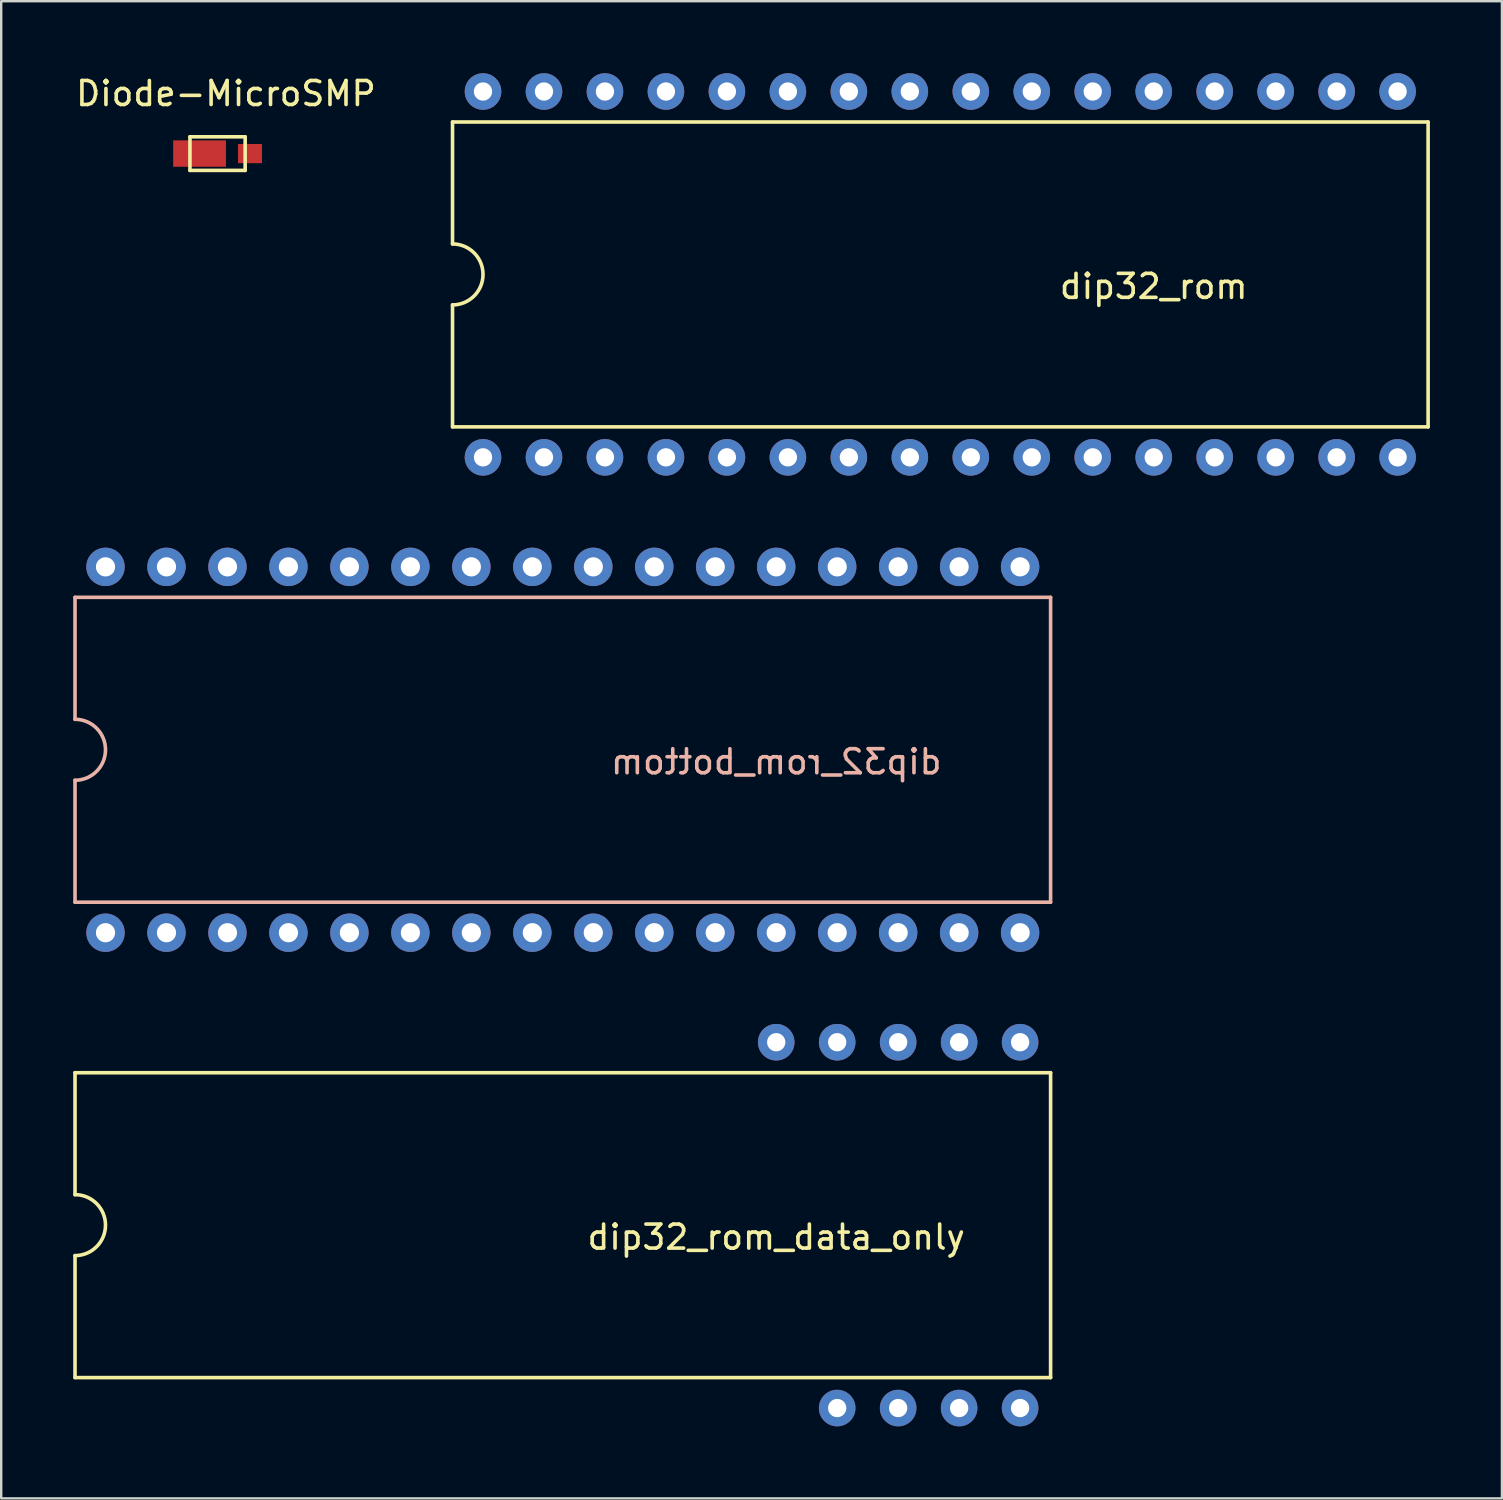
<source format=kicad_pcb>
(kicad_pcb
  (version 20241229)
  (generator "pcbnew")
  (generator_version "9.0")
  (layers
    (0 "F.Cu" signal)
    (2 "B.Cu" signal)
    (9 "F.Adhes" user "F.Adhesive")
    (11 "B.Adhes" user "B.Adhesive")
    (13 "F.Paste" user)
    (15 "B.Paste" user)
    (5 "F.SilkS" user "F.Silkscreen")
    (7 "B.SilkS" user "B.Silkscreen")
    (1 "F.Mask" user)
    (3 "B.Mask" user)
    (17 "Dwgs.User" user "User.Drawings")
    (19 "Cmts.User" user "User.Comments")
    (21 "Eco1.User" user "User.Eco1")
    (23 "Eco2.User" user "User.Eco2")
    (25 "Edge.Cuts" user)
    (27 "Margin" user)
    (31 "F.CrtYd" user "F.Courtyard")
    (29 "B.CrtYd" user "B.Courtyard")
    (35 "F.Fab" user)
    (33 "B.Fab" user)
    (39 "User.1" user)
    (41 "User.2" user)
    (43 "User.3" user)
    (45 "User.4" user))
  (footprint "Diode-MicroSMP"
    (layer "F.Cu")
    (at 6.363 3.348)
    (property "Reference" "Diode-MicroSMP" (at 0 -2.5 0) (layer "F.SilkS") (effects (font (size 1 1) (thickness 0.15))))
    (attr through_hole)
    (fp_line (start -1.5 -0.7) (end -1.5 0.7) (stroke (width 0.15) (type solid)) (layer "F.SilkS"))
    (fp_line (start -1.5 0.7) (end 0.8 0.7) (stroke (width 0.15) (type solid)) (layer "F.SilkS"))
    (fp_line (start 0.8 -0.7) (end -1.5 -0.7) (stroke (width 0.15) (type solid)) (layer "F.SilkS"))
    (fp_line (start 0.8 0.7) (end 0.8 -0.7) (stroke (width 0.15) (type solid)) (layer "F.SilkS"))
    (pad "1" smd rect (at -1.1 0) (size 2.2 1.1) (layers "F.Cu" "F.Mask" "F.Paste"))
    (pad "2" smd rect (at 1 0) (size 1 0.8) (layers "F.Cu" "F.Mask" "F.Paste")))
  (footprint "dip32_rom"
    (layer "F.Cu")
    (at 45.011 8.382)
    (property "Reference" "dip32_rom" (at 0 0.5 0) (layer "F.SilkS") (effects (font (size 1 1) (thickness 0.15))))
    (attr through_hole)
    (fp_line (start -29.21 -6.35) (end -29.21 -1.27) (stroke (width 0.15) (type solid)) (layer "F.SilkS"))
    (fp_line (start -29.21 -6.35) (end 11.43 -6.35) (stroke (width 0.15) (type solid)) (layer "F.SilkS"))
    (fp_line (start -29.21 1.27) (end -29.21 6.35) (stroke (width 0.15) (type solid)) (layer "F.SilkS"))
    (fp_line (start 11.43 -6.35) (end 11.43 6.35) (stroke (width 0.15) (type solid)) (layer "F.SilkS"))
    (fp_line (start 11.43 6.35) (end -29.21 6.35) (stroke (width 0.15) (type solid)) (layer "F.SilkS"))
    (fp_arc (start -29.21 -1.27) (mid -27.94 0) (end -29.21 1.27) (stroke (width 0.15) (type solid)) (layer "F.SilkS"))
    (pad "1" thru_hole circle (at -27.94 7.62) (size 1.524 1.524) (drill 0.762) (layers "*.Cu" "*.Mask"))
    (pad "2" thru_hole circle (at -25.4 7.62) (size 1.524 1.524) (drill 0.762) (layers "*.Cu" "*.Mask"))
    (pad "3" thru_hole circle (at -22.86 7.62) (size 1.524 1.524) (drill 0.762) (layers "*.Cu" "*.Mask"))
    (pad "4" thru_hole circle (at -20.32 7.62) (size 1.524 1.524) (drill 0.762) (layers "*.Cu" "*.Mask"))
    (pad "5" thru_hole circle (at -17.78 7.62) (size 1.524 1.524) (drill 0.762) (layers "*.Cu" "*.Mask"))
    (pad "6" thru_hole circle (at -15.24 7.62) (size 1.524 1.524) (drill 0.762) (layers "*.Cu" "*.Mask"))
    (pad "7" thru_hole circle (at -12.7 7.62) (size 1.524 1.524) (drill 0.762) (layers "*.Cu" "*.Mask"))
    (pad "8" thru_hole circle (at -10.16 7.62) (size 1.524 1.524) (drill 0.762) (layers "*.Cu" "*.Mask"))
    (pad "9" thru_hole circle (at -7.62 7.62) (size 1.524 1.524) (drill 0.762) (layers "*.Cu" "*.Mask"))
    (pad "10" thru_hole circle (at -5.08 7.62) (size 1.524 1.524) (drill 0.762) (layers "*.Cu" "*.Mask"))
    (pad "11" thru_hole circle (at -2.54 7.62) (size 1.524 1.524) (drill 0.762) (layers "*.Cu" "*.Mask"))
    (pad "12" thru_hole circle (at 0 7.62) (size 1.524 1.524) (drill 0.762) (layers "*.Cu" "*.Mask"))
    (pad "13" thru_hole circle (at 2.54 7.62) (size 1.524 1.524) (drill 0.762) (layers "*.Cu" "*.Mask"))
    (pad "14" thru_hole circle (at 5.08 7.62) (size 1.524 1.524) (drill 0.762) (layers "*.Cu" "*.Mask"))
    (pad "15" thru_hole circle (at 7.62 7.62) (size 1.524 1.524) (drill 0.762) (layers "*.Cu" "*.Mask"))
    (pad "16" thru_hole circle (at 10.16 7.62) (size 1.524 1.524) (drill 0.762) (layers "*.Cu" "*.Mask"))
    (pad "17" thru_hole circle (at 10.16 -7.62) (size 1.524 1.524) (drill 0.762) (layers "*.Cu" "*.Mask"))
    (pad "18" thru_hole circle (at 7.62 -7.62) (size 1.524 1.524) (drill 0.762) (layers "*.Cu" "*.Mask"))
    (pad "19" thru_hole circle (at 5.08 -7.62) (size 1.524 1.524) (drill 0.762) (layers "*.Cu" "*.Mask"))
    (pad "20" thru_hole circle (at 2.54 -7.62) (size 1.524 1.524) (drill 0.762) (layers "*.Cu" "*.Mask"))
    (pad "21" thru_hole circle (at 0 -7.62) (size 1.524 1.524) (drill 0.762) (layers "*.Cu" "*.Mask"))
    (pad "22" thru_hole circle (at -2.54 -7.62) (size 1.524 1.524) (drill 0.762) (layers "*.Cu" "*.Mask"))
    (pad "23" thru_hole circle (at -5.08 -7.62) (size 1.524 1.524) (drill 0.762) (layers "*.Cu" "*.Mask"))
    (pad "24" thru_hole circle (at -7.62 -7.62) (size 1.524 1.524) (drill 0.762) (layers "*.Cu" "*.Mask"))
    (pad "25" thru_hole circle (at -10.16 -7.62) (size 1.524 1.524) (drill 0.762) (layers "*.Cu" "*.Mask"))
    (pad "26" thru_hole circle (at -12.7 -7.62) (size 1.524 1.524) (drill 0.762) (layers "*.Cu" "*.Mask"))
    (pad "27" thru_hole circle (at -15.24 -7.62) (size 1.524 1.524) (drill 0.762) (layers "*.Cu" "*.Mask"))
    (pad "28" thru_hole circle (at -17.78 -7.62) (size 1.524 1.524) (drill 0.762) (layers "*.Cu" "*.Mask"))
    (pad "29" thru_hole circle (at -20.32 -7.62) (size 1.524 1.524) (drill 0.762) (layers "*.Cu" "*.Mask"))
    (pad "30" thru_hole circle (at -22.86 -7.62) (size 1.524 1.524) (drill 0.762) (layers "*.Cu" "*.Mask"))
    (pad "31" thru_hole circle (at -25.4 -7.62) (size 1.524 1.524) (drill 0.762) (layers "*.Cu" "*.Mask"))
    (pad "32" thru_hole circle (at -27.94 -7.62) (size 1.524 1.524) (drill 0.762) (layers "*.Cu" "*.Mask")))
  (footprint "dip32_rom_data_only"
    (layer "F.Cu")
    (at 29.285 47.986)
    (property "Reference" "dip32_rom_data_only" (at 0 0.5 0) (layer "F.SilkS") (effects (font (size 1 1) (thickness 0.15))))
    (attr through_hole)
    (fp_line (start -29.21 -6.35) (end -29.21 -1.27) (stroke (width 0.15) (type solid)) (layer "F.SilkS"))
    (fp_line (start -29.21 -6.35) (end 11.43 -6.35) (stroke (width 0.15) (type solid)) (layer "F.SilkS"))
    (fp_line (start -29.21 1.27) (end -29.21 6.35) (stroke (width 0.15) (type solid)) (layer "F.SilkS"))
    (fp_line (start 11.43 -6.35) (end 11.43 6.35) (stroke (width 0.15) (type solid)) (layer "F.SilkS"))
    (fp_line (start 11.43 6.35) (end -29.21 6.35) (stroke (width 0.15) (type solid)) (layer "F.SilkS"))
    (fp_arc (start -29.21 -1.27) (mid -27.94 0) (end -29.21 1.27) (stroke (width 0.15) (type solid)) (layer "F.SilkS"))
    (pad "13" thru_hole circle (at 2.54 7.62) (size 1.524 1.524) (drill 0.762) (layers "*.Cu" "*.Mask"))
    (pad "14" thru_hole circle (at 5.08 7.62) (size 1.524 1.524) (drill 0.762) (layers "*.Cu" "*.Mask"))
    (pad "15" thru_hole circle (at 7.62 7.62) (size 1.524 1.524) (drill 0.762) (layers "*.Cu" "*.Mask"))
    (pad "16" thru_hole circle (at 10.16 7.62) (size 1.524 1.524) (drill 0.762) (layers "*.Cu" "*.Mask"))
    (pad "17" thru_hole circle (at 10.16 -7.62) (size 1.524 1.524) (drill 0.762) (layers "*.Cu" "*.Mask"))
    (pad "18" thru_hole circle (at 7.62 -7.62) (size 1.524 1.524) (drill 0.762) (layers "*.Cu" "*.Mask"))
    (pad "19" thru_hole circle (at 5.08 -7.62) (size 1.524 1.524) (drill 0.762) (layers "*.Cu" "*.Mask"))
    (pad "20" thru_hole circle (at 2.54 -7.62) (size 1.524 1.524) (drill 0.762) (layers "*.Cu" "*.Mask"))
    (pad "21" thru_hole circle (at 0 -7.62) (size 1.524 1.524) (drill 0.762) (layers "*.Cu" "*.Mask")))
  (footprint "dip32_rom_bottom"
    (layer "F.Cu")
    (at 29.285 28.184)
    (property "Reference" "dip32_rom_bottom" (at 0 0.5 0) (layer "B.SilkS") (effects (font (size 1 1) (thickness 0.15)) (justify mirror)))
    (attr through_hole)
    (fp_line (start -29.21 -6.35) (end -29.21 -1.27) (stroke (width 0.15) (type solid)) (layer "B.SilkS"))
    (fp_line (start -29.21 -6.35) (end 11.43 -6.35) (stroke (width 0.15) (type solid)) (layer "B.SilkS"))
    (fp_line (start -29.21 1.27) (end -29.21 6.35) (stroke (width 0.15) (type solid)) (layer "B.SilkS"))
    (fp_line (start 11.43 -6.35) (end 11.43 6.35) (stroke (width 0.15) (type solid)) (layer "B.SilkS"))
    (fp_line (start 11.43 6.35) (end -29.21 6.35) (stroke (width 0.15) (type solid)) (layer "B.SilkS"))
    (fp_arc (start -29.21 -1.27) (mid -27.94 0) (end -29.21 1.27) (stroke (width 0.15) (type solid)) (layer "B.SilkS"))
    (pad "1" thru_hole circle (at -27.94 7.62) (size 1.6 1.6) (drill 0.8) (layers "*.Cu" "*.Mask"))
    (pad "2" thru_hole circle (at -25.4 7.62) (size 1.6 1.6) (drill 0.8) (layers "*.Cu" "*.Mask"))
    (pad "3" thru_hole circle (at -22.86 7.62) (size 1.6 1.6) (drill 0.8) (layers "*.Cu" "*.Mask"))
    (pad "4" thru_hole circle (at -20.32 7.62) (size 1.6 1.6) (drill 0.8) (layers "*.Cu" "*.Mask"))
    (pad "5" thru_hole circle (at -17.78 7.62) (size 1.6 1.6) (drill 0.8) (layers "*.Cu" "*.Mask"))
    (pad "6" thru_hole circle (at -15.24 7.62) (size 1.6 1.6) (drill 0.8) (layers "*.Cu" "*.Mask"))
    (pad "7" thru_hole circle (at -12.7 7.62) (size 1.6 1.6) (drill 0.8) (layers "*.Cu" "*.Mask"))
    (pad "8" thru_hole circle (at -10.16 7.62) (size 1.6 1.6) (drill 0.8) (layers "*.Cu" "*.Mask"))
    (pad "9" thru_hole circle (at -7.62 7.62) (size 1.6 1.6) (drill 0.8) (layers "*.Cu" "*.Mask"))
    (pad "10" thru_hole circle (at -5.08 7.62) (size 1.6 1.6) (drill 0.8) (layers "*.Cu" "*.Mask"))
    (pad "11" thru_hole circle (at -2.54 7.62) (size 1.6 1.6) (drill 0.8) (layers "*.Cu" "*.Mask"))
    (pad "12" thru_hole circle (at 0 7.62) (size 1.6 1.6) (drill 0.8) (layers "*.Cu" "*.Mask"))
    (pad "13" thru_hole circle (at 2.54 7.62) (size 1.6 1.6) (drill 0.8) (layers "*.Cu" "*.Mask"))
    (pad "14" thru_hole circle (at 5.08 7.62) (size 1.6 1.6) (drill 0.8) (layers "*.Cu" "*.Mask"))
    (pad "15" thru_hole circle (at 7.62 7.62) (size 1.6 1.6) (drill 0.8) (layers "*.Cu" "*.Mask"))
    (pad "16" thru_hole circle (at 10.16 7.62) (size 1.6 1.6) (drill 0.8) (layers "*.Cu" "*.Mask"))
    (pad "17" thru_hole circle (at 10.16 -7.62) (size 1.6 1.6) (drill 0.8) (layers "*.Cu" "*.Mask"))
    (pad "18" thru_hole circle (at 7.62 -7.62) (size 1.6 1.6) (drill 0.8) (layers "*.Cu" "*.Mask"))
    (pad "19" thru_hole circle (at 5.08 -7.62) (size 1.6 1.6) (drill 0.8) (layers "*.Cu" "*.Mask"))
    (pad "20" thru_hole circle (at 2.54 -7.62) (size 1.6 1.6) (drill 0.8) (layers "*.Cu" "*.Mask"))
    (pad "21" thru_hole circle (at 0 -7.62) (size 1.6 1.6) (drill 0.8) (layers "*.Cu" "*.Mask"))
    (pad "22" thru_hole circle (at -2.54 -7.62) (size 1.6 1.6) (drill 0.8) (layers "*.Cu" "*.Mask"))
    (pad "23" thru_hole circle (at -5.08 -7.62) (size 1.6 1.6) (drill 0.8) (layers "*.Cu" "*.Mask"))
    (pad "24" thru_hole circle (at -7.62 -7.62) (size 1.6 1.6) (drill 0.8) (layers "*.Cu" "*.Mask"))
    (pad "25" thru_hole circle (at -10.16 -7.62) (size 1.6 1.6) (drill 0.8) (layers "*.Cu" "*.Mask"))
    (pad "26" thru_hole circle (at -12.7 -7.62) (size 1.6 1.6) (drill 0.8) (layers "*.Cu" "*.Mask"))
    (pad "27" thru_hole circle (at -15.24 -7.62) (size 1.6 1.6) (drill 0.8) (layers "*.Cu" "*.Mask"))
    (pad "28" thru_hole circle (at -17.78 -7.62) (size 1.6 1.6) (drill 0.8) (layers "*.Cu" "*.Mask"))
    (pad "29" thru_hole circle (at -20.32 -7.62) (size 1.6 1.6) (drill 0.8) (layers "*.Cu" "*.Mask"))
    (pad "30" thru_hole circle (at -22.86 -7.62) (size 1.6 1.6) (drill 0.8) (layers "*.Cu" "*.Mask"))
    (pad "31" thru_hole circle (at -25.4 -7.62) (size 1.6 1.6) (drill 0.8) (layers "*.Cu" "*.Mask"))
    (pad "32" thru_hole circle (at -27.94 -7.62) (size 1.6 1.6) (drill 0.8) (layers "*.Cu" "*.Mask")))
  (gr_rect
    (start -3 -3)
    (end 59.516 59.368)
    (stroke (width 0.1) (type default))
    (fill no)
    (layer "Edge.Cuts")))
</source>
